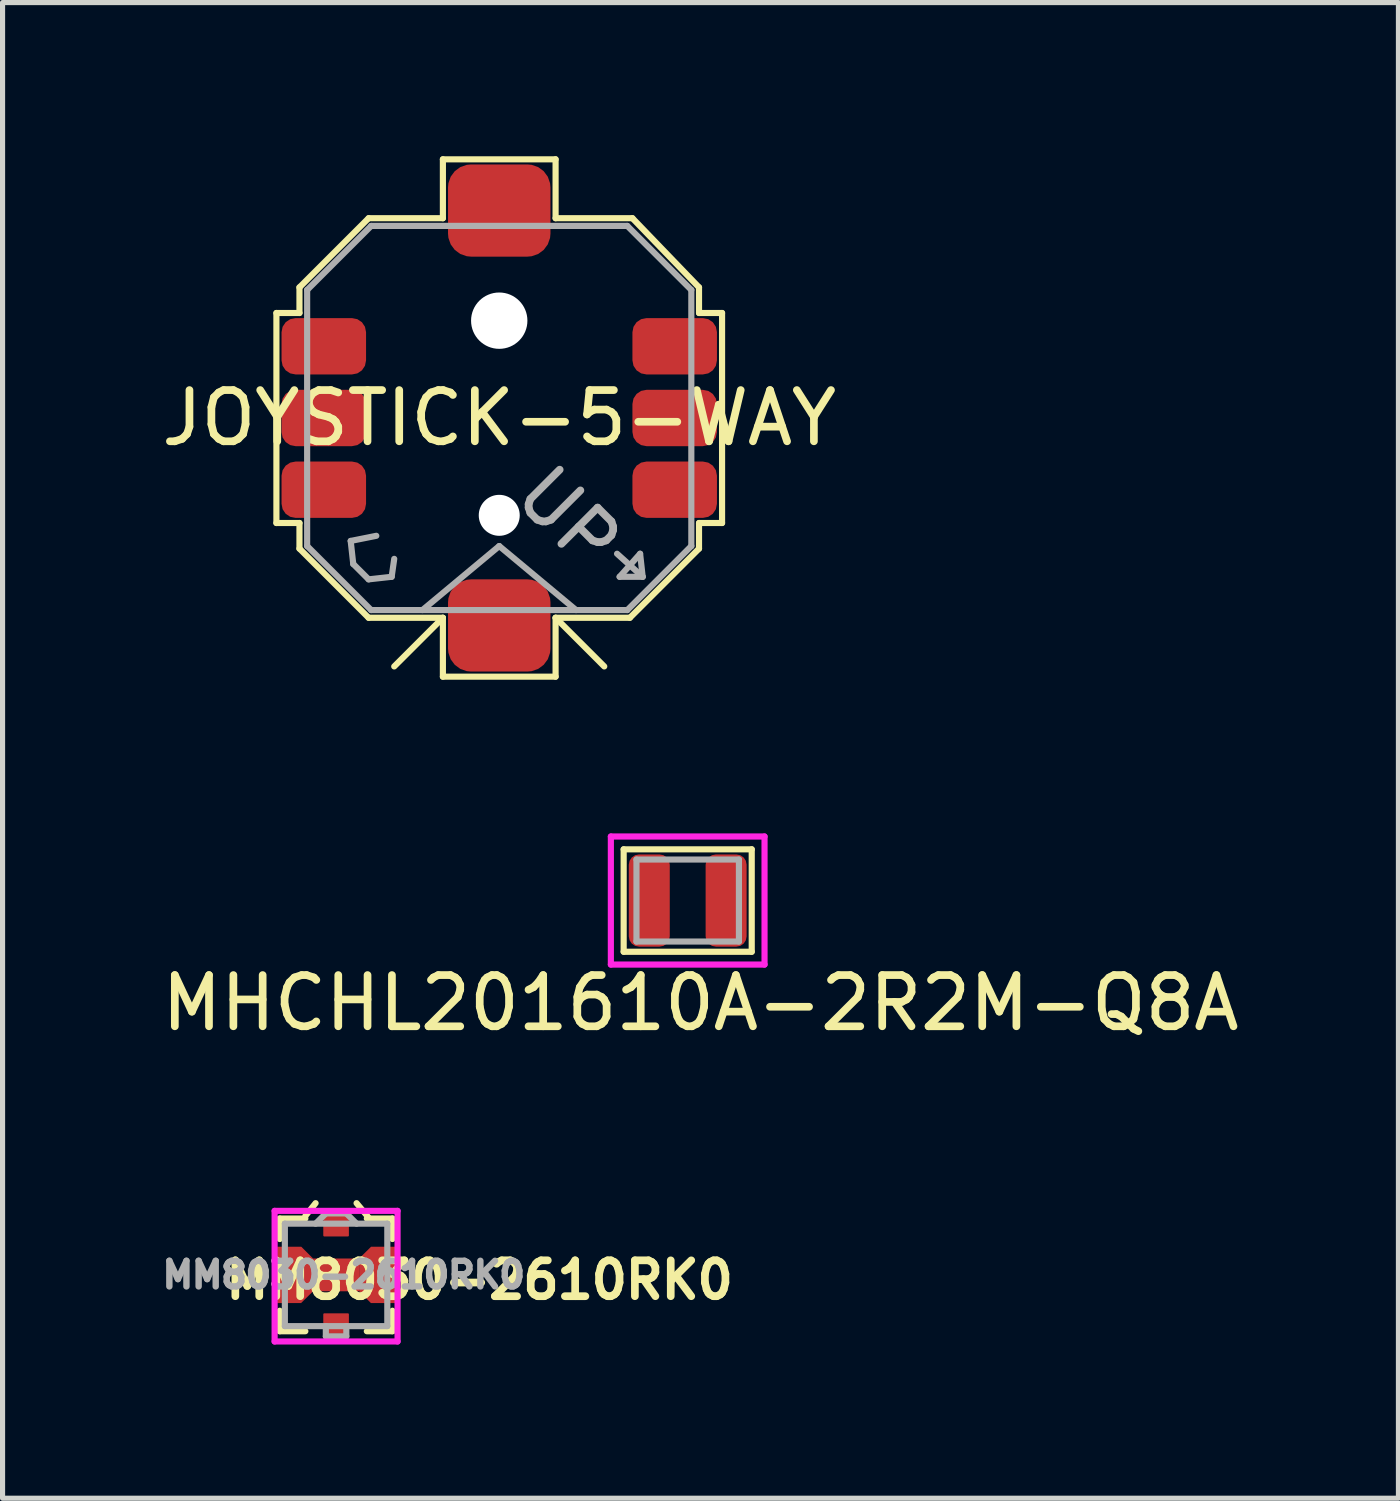
<source format=kicad_pcb>
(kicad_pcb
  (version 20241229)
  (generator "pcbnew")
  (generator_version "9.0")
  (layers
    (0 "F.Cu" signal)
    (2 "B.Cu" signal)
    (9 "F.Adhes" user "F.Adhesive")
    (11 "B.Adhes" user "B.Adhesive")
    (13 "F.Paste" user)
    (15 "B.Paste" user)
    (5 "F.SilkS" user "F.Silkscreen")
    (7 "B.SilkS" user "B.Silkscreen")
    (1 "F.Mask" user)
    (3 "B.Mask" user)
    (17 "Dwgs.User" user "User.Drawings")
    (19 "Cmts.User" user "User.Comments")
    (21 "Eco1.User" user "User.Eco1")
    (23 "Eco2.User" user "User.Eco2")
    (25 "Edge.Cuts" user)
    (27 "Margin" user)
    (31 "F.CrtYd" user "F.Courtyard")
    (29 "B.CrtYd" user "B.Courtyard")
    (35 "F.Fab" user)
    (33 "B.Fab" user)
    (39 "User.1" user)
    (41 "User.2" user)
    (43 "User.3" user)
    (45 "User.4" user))
  (footprint "MM8030-2610RK0"
    (layer "F.Cu")
    (at 3.511 21.838)
    (property "Reference" "MM8030-2610RK0" (at 2.8 0.1 0) (layer "F.SilkS") (effects (font (size 0.7 0.7) (thickness 0.15))))
    (attr smd)
    (fp_line (start -1.1 -1.1) (end -1.1 -0.7) (stroke (width 0.12) (type solid)) (layer "F.SilkS"))
    (fp_line (start -1.1 1.1) (end -1.1 0.7) (stroke (width 0.12) (type solid)) (layer "F.SilkS"))
    (fp_line (start -0.6 -1.15) (end -0.4 -1.4) (stroke (width 0.12) (type solid)) (layer "F.SilkS"))
    (fp_line (start -0.6 -1.1) (end -1.1 -1.1) (stroke (width 0.12) (type solid)) (layer "F.SilkS"))
    (fp_line (start -0.6 1.1) (end -1.1 1.1) (stroke (width 0.12) (type solid)) (layer "F.SilkS"))
    (fp_line (start 0.6 -1.1) (end 1.1 -1.1) (stroke (width 0.12) (type solid)) (layer "F.SilkS"))
    (fp_line (start 0.6 1.1) (end 1.1 1.1) (stroke (width 0.12) (type solid)) (layer "F.SilkS"))
    (fp_line (start 0.65 -1.1) (end 0.4 -1.4) (stroke (width 0.12) (type solid)) (layer "F.SilkS"))
    (fp_line (start 1.1 -1.1) (end 1.1 -0.7) (stroke (width 0.12) (type solid)) (layer "F.SilkS"))
    (fp_line (start 1.1 1.1) (end 1.1 0.7) (stroke (width 0.12) (type solid)) (layer "F.SilkS"))
    (fp_line (start -1.2 -1.25) (end 1.2 -1.25) (stroke (width 0.12) (type solid)) (layer "F.CrtYd"))
    (fp_line (start -1.2 1.3) (end -1.2 -1.25) (stroke (width 0.12) (type solid)) (layer "F.CrtYd"))
    (fp_line (start 1.2 -1.25) (end 1.2 1.3) (stroke (width 0.12) (type solid)) (layer "F.CrtYd"))
    (fp_line (start 1.2 1.3) (end -1.2 1.3) (stroke (width 0.12) (type solid)) (layer "F.CrtYd"))
    (fp_line (start -1 -1) (end 1 -1) (stroke (width 0.12) (type solid)) (layer "F.Fab"))
    (fp_line (start -1 1) (end -1 -1) (stroke (width 0.12) (type solid)) (layer "F.Fab"))
    (fp_line (start -0.4 -1) (end -0.2 -1.2) (stroke (width 0.12) (type solid)) (layer "F.Fab"))
    (fp_line (start -0.2 -1.2) (end 0.2 -1.2) (stroke (width 0.12) (type solid)) (layer "F.Fab"))
    (fp_line (start -0.2 1) (end -0.2 1.2) (stroke (width 0.12) (type solid)) (layer "F.Fab"))
    (fp_line (start -0.2 1.2) (end 0.2 1.2) (stroke (width 0.12) (type solid)) (layer "F.Fab"))
    (fp_line (start 0.2 -1.2) (end 0.4 -1) (stroke (width 0.12) (type solid)) (layer "F.Fab"))
    (fp_line (start 0.2 1.2) (end 0.2 1) (stroke (width 0.12) (type solid)) (layer "F.Fab"))
    (fp_line (start 1 -1) (end 1 1) (stroke (width 0.12) (type solid)) (layer "F.Fab"))
    (fp_line (start 1 1) (end -1 1) (stroke (width 0.12) (type solid)) (layer "F.Fab"))
    (fp_text user "${REFERENCE}" (at 0.15 0 0) (layer "F.Fab") (effects (font (size 0.5 0.5) (thickness 0.125))))
    (pad "" smd custom (at -0.91 0 270) (size 0.5 0.1) (layers "F.Paste") (options (anchor rect)) (primitives (gr_poly (pts (xy 0.5 0.185) (xy -0.5 0.185) (xy -0.5 -0.235) (xy -0.32 -0.418) (xy 0.32 -0.418) (xy 0.5 -0.232)) (width 0) (fill yes))))
    (pad "" smd roundrect (at 0 -0.99) (size 0.33 0.32) (layers "F.Paste") (roundrect_rratio 0.05))
    (pad "" smd custom (at 0 -0.86 180) (size 1 0.6) (layers "F.Mask") (options (anchor rect)) (primitives (gr_poly (pts (xy 0.5 0.3) (xy -0.5 0.3) (xy -0.5 -0.3) (xy -0.25 -0.53) (xy 0.25 -0.53) (xy 0.5 -0.3)) (width 0) (fill yes))))
    (pad "" smd custom (at 0 0.86) (size 1 0.6) (layers "F.Mask") (options (anchor rect)) (primitives (gr_poly (pts (xy 0.5 0.3) (xy -0.5 0.3) (xy -0.5 -0.3) (xy -0.25 -0.53) (xy 0.25 -0.53) (xy 0.5 -0.3)) (width 0) (fill yes))))
    (pad "" smd roundrect (at 0 0.99) (size 0.33 0.32) (layers "F.Paste") (roundrect_rratio 0.05))
    (pad "" smd custom (at 0.915 0 90) (size 0.5 0.1) (layers "F.Paste") (options (anchor rect)) (primitives (gr_poly (pts (xy 0.5 0.185) (xy -0.5 0.185) (xy -0.5 -0.235) (xy -0.32 -0.418) (xy 0.32 -0.418) (xy 0.5 -0.232)) (width 0) (fill yes))))
    (pad "1" smd roundrect (at 0 -0.95) (size 0.5 0.4) (layers "F.Cu" "F.Mask" "F.Paste") (roundrect_rratio 0.05))
    (pad "2" smd roundrect (at 0 0.95) (size 0.5 0.4) (layers "F.Cu" "F.Mask" "F.Paste") (roundrect_rratio 0.05))
    (pad "3" smd custom (at -0.915 0 270) (size 1.1 0.47) (layers "F.Cu" "F.Mask") (options (anchor rect)) (primitives (gr_poly (pts (xy 0.55 0.235) (xy -0.55 0.235) (xy -0.55 -0.235) (xy -0.32 -0.465) (xy 0.32 -0.465) (xy 0.55 -0.232)) (width 0) (fill yes))))
    (pad "3" smd rect (at 0 0 180) (size 0.9 0.64) (layers "F.Cu"))
    (pad "3" smd custom (at 0.915 0 90) (size 1.1 0.47) (layers "F.Cu" "F.Mask") (options (anchor rect)) (primitives (gr_poly (pts (xy 0.55 0.235) (xy -0.55 0.235) (xy -0.55 -0.235) (xy -0.32 -0.465) (xy 0.32 -0.465) (xy 0.55 -0.232)) (width 0) (fill yes)))))
  (footprint "JOYSTICK-5-WAY"
    (layer "F.Cu")
    (at 6.696 5.11)
    (property "Reference" "JOYSTICK-5-WAY" (at 0 0 0) (layer "F.SilkS") (effects (font (size 1 1) (thickness 0.15))))
    (attr through_hole)
    (fp_line (start -4.35 -2.05) (end -3.9 -2.05) (stroke (width 0.12) (type solid)) (layer "F.SilkS"))
    (fp_line (start -4.35 2.05) (end -4.35 -2.05) (stroke (width 0.12) (type solid)) (layer "F.SilkS"))
    (fp_line (start -3.9 -2.55) (end -2.55 -3.9) (stroke (width 0.12) (type solid)) (layer "F.SilkS"))
    (fp_line (start -3.9 -2.05) (end -3.9 -2.55) (stroke (width 0.12) (type solid)) (layer "F.SilkS"))
    (fp_line (start -3.9 2.05) (end -4.35 2.05) (stroke (width 0.12) (type solid)) (layer "F.SilkS"))
    (fp_line (start -3.9 2.55) (end -3.9 2.05) (stroke (width 0.12) (type solid)) (layer "F.SilkS"))
    (fp_line (start -2.55 -3.9) (end -1.1 -3.9) (stroke (width 0.12) (type solid)) (layer "F.SilkS"))
    (fp_line (start -2.55 3.9) (end -3.9 2.55) (stroke (width 0.12) (type solid)) (layer "F.SilkS"))
    (fp_line (start -1.1 -5.05) (end 1.1 -5.05) (stroke (width 0.12) (type solid)) (layer "F.SilkS"))
    (fp_line (start -1.1 -3.9) (end -1.1 -5.05) (stroke (width 0.12) (type solid)) (layer "F.SilkS"))
    (fp_line (start -1.1 3.9) (end -2.55 3.9) (stroke (width 0.12) (type solid)) (layer "F.SilkS"))
    (fp_line (start -1.1 3.9) (end -2.05 4.85) (stroke (width 0.12) (type solid)) (layer "F.SilkS"))
    (fp_line (start -1.1 5.05) (end -1.1 3.9) (stroke (width 0.12) (type solid)) (layer "F.SilkS"))
    (fp_line (start 1.1 -5.05) (end 1.1 -3.9) (stroke (width 0.12) (type solid)) (layer "F.SilkS"))
    (fp_line (start 1.1 -3.9) (end 2.6 -3.9) (stroke (width 0.12) (type solid)) (layer "F.SilkS"))
    (fp_line (start 1.1 3.9) (end 1.1 5.05) (stroke (width 0.12) (type solid)) (layer "F.SilkS"))
    (fp_line (start 1.1 3.9) (end 2.05 4.85) (stroke (width 0.12) (type solid)) (layer "F.SilkS"))
    (fp_line (start 1.1 5.05) (end -1.1 5.05) (stroke (width 0.12) (type solid)) (layer "F.SilkS"))
    (fp_line (start 2.55 3.9) (end 1.1 3.9) (stroke (width 0.12) (type solid)) (layer "F.SilkS"))
    (fp_line (start 2.6 -3.9) (end 3.9 -2.55) (stroke (width 0.12) (type solid)) (layer "F.SilkS"))
    (fp_line (start 3.9 -2.55) (end 3.9 -2.05) (stroke (width 0.12) (type solid)) (layer "F.SilkS"))
    (fp_line (start 3.9 -2.05) (end 4.35 -2.05) (stroke (width 0.12) (type solid)) (layer "F.SilkS"))
    (fp_line (start 3.9 2.05) (end 3.9 2.55) (stroke (width 0.12) (type solid)) (layer "F.SilkS"))
    (fp_line (start 3.9 2.55) (end 2.55 3.9) (stroke (width 0.12) (type solid)) (layer "F.SilkS"))
    (fp_line (start 4.35 -2.05) (end 4.35 2.05) (stroke (width 0.12) (type solid)) (layer "F.SilkS"))
    (fp_line (start 4.35 2.05) (end 3.9 2.05) (stroke (width 0.12) (type solid)) (layer "F.SilkS"))
    (fp_line (start -3.75 -2.5) (end -2.5 -3.75) (stroke (width 0.12) (type solid)) (layer "F.Fab"))
    (fp_line (start -3.75 2.5) (end -3.75 -2.5) (stroke (width 0.12) (type solid)) (layer "F.Fab"))
    (fp_line (start -3.75 2.5) (end -2.5 3.75) (stroke (width 0.12) (type solid)) (layer "F.Fab"))
    (fp_line (start -2.9 2.4) (end -2.85 2.85) (stroke (width 0.12) (type solid)) (layer "F.Fab"))
    (fp_line (start -2.85 2.85) (end -2.55 3.15) (stroke (width 0.12) (type solid)) (layer "F.Fab"))
    (fp_line (start -2.55 3.15) (end -2.1 3.1) (stroke (width 0.12) (type solid)) (layer "F.Fab"))
    (fp_line (start -2.5 -3.75) (end 2.5 -3.75) (stroke (width 0.12) (type solid)) (layer "F.Fab"))
    (fp_line (start -2.4 2.3) (end -2.9 2.4) (stroke (width 0.12) (type solid)) (layer "F.Fab"))
    (fp_line (start -2.1 3.1) (end -2.05 2.75) (stroke (width 0.12) (type solid)) (layer "F.Fab"))
    (fp_line (start -1.5 3.75) (end 0 2.5) (stroke (width 0.12) (type solid)) (layer "F.Fab"))
    (fp_line (start 0 2.5) (end 1.5 3.75) (stroke (width 0.12) (type solid)) (layer "F.Fab"))
    (fp_line (start 2.3 2.65) (end 2.8 3.1) (stroke (width 0.12) (type solid)) (layer "F.Fab"))
    (fp_line (start 2.35 3.1) (end 2.8 3.1) (stroke (width 0.12) (type solid)) (layer "F.Fab"))
    (fp_line (start 2.5 -3.75) (end 3.75 -2.5) (stroke (width 0.12) (type solid)) (layer "F.Fab"))
    (fp_line (start 2.5 3.75) (end -2.5 3.75) (stroke (width 0.12) (type solid)) (layer "F.Fab"))
    (fp_line (start 2.5 3.75) (end 3.75 2.5) (stroke (width 0.12) (type solid)) (layer "F.Fab"))
    (fp_line (start 2.75 2.65) (end 2.35 3.1) (stroke (width 0.12) (type solid)) (layer "F.Fab"))
    (fp_line (start 2.8 3.1) (end 2.75 2.65) (stroke (width 0.12) (type solid)) (layer "F.Fab"))
    (fp_line (start 3.75 -2.5) (end 3.75 2.5) (stroke (width 0.12) (type solid)) (layer "F.Fab"))
    (fp_text user "UP" (at 1.35 1.95 135) (layer "F.Fab") (effects (font (size 1 1) (thickness 0.15))))
    (pad "" np_thru_hole circle (at 0 -1.9) (size 1.1 1.1) (drill 1.1) (layers "*.Cu" "*.Mask"))
    (pad "" np_thru_hole circle (at 0 1.9) (size 0.8 0.8) (drill 0.8) (layers "*.Cu" "*.Mask"))
    (pad "1" smd roundrect (at 3.425 1.4) (size 1.65 1.1) (layers "F.Cu" "F.Mask" "F.Paste") (roundrect_rratio 0.25))
    (pad "2" smd roundrect (at 3.425 0) (size 1.65 1.1) (layers "F.Cu" "F.Mask" "F.Paste") (roundrect_rratio 0.25))
    (pad "3" smd roundrect (at 3.425 -1.4) (size 1.65 1.1) (layers "F.Cu" "F.Mask" "F.Paste") (roundrect_rratio 0.25))
    (pad "4" smd roundrect (at -3.425 1.4) (size 1.65 1.1) (layers "F.Cu" "F.Mask" "F.Paste") (roundrect_rratio 0.25))
    (pad "5" smd roundrect (at -3.425 0) (size 1.65 1.1) (layers "F.Cu" "F.Mask" "F.Paste") (roundrect_rratio 0.25))
    (pad "6" smd roundrect (at -3.425 -1.4) (size 1.65 1.1) (layers "F.Cu" "F.Mask" "F.Paste") (roundrect_rratio 0.25))
    (pad "SH" smd roundrect (at 0 -4.05) (size 2 1.8) (layers "F.Cu" "F.Mask" "F.Paste") (roundrect_rratio 0.25))
    (pad "SH" smd roundrect (at 0 4.05) (size 2 1.8) (layers "F.Cu" "F.Mask" "F.Paste") (roundrect_rratio 0.25)))
  (footprint "MHCHL201610A-2R2M-Q8A"
    (layer "F.Cu")
    (at 10.375 14.53)
    (property "Reference" "MHCHL201610A-2R2M-Q8A" (at 0.25 2 0) (layer "F.SilkS") (effects (font (size 1 1) (thickness 0.15))))
    (attr through_hole)
    (fp_line (start -1.25 -1) (end -1.25 1) (stroke (width 0.12) (type solid)) (layer "F.SilkS"))
    (fp_line (start -1.25 -1) (end 1.25 -1) (stroke (width 0.12) (type solid)) (layer "F.SilkS"))
    (fp_line (start -1.25 1) (end 1.25 1) (stroke (width 0.12) (type solid)) (layer "F.SilkS"))
    (fp_line (start 1.25 1) (end 1.25 -1) (stroke (width 0.12) (type solid)) (layer "F.SilkS"))
    (fp_line (start -1.5 -1.25) (end 1.5 -1.25) (stroke (width 0.12) (type solid)) (layer "F.CrtYd"))
    (fp_line (start -1.5 1.25) (end -1.5 -1.25) (stroke (width 0.12) (type solid)) (layer "F.CrtYd"))
    (fp_line (start 1.5 -1.25) (end 1.5 1.25) (stroke (width 0.12) (type solid)) (layer "F.CrtYd"))
    (fp_line (start 1.5 1.25) (end -1.5 1.25) (stroke (width 0.12) (type solid)) (layer "F.CrtYd"))
    (fp_line (start -1 -0.8) (end 1 -0.8) (stroke (width 0.12) (type solid)) (layer "F.Fab"))
    (fp_line (start -1 0.8) (end -1 -0.8) (stroke (width 0.12) (type solid)) (layer "F.Fab"))
    (fp_line (start 1 -0.8) (end 1 0.8) (stroke (width 0.12) (type solid)) (layer "F.Fab"))
    (fp_line (start 1 0.8) (end -1 0.8) (stroke (width 0.12) (type solid)) (layer "F.Fab"))
    (pad "1" smd roundrect (at -0.75 0) (size 0.8 1.8) (layers "F.Cu" "F.Mask" "F.Paste") (roundrect_rratio 0.25))
    (pad "2" smd roundrect (at 0.75 0) (size 0.8 1.8) (layers "F.Cu" "F.Mask" "F.Paste") (roundrect_rratio 0.25)))
  (gr_rect
    (start -3 -3)
    (end 24.25 26.198)
    (stroke (width 0.1) (type default))
    (fill no)
    (layer "Edge.Cuts")))
</source>
